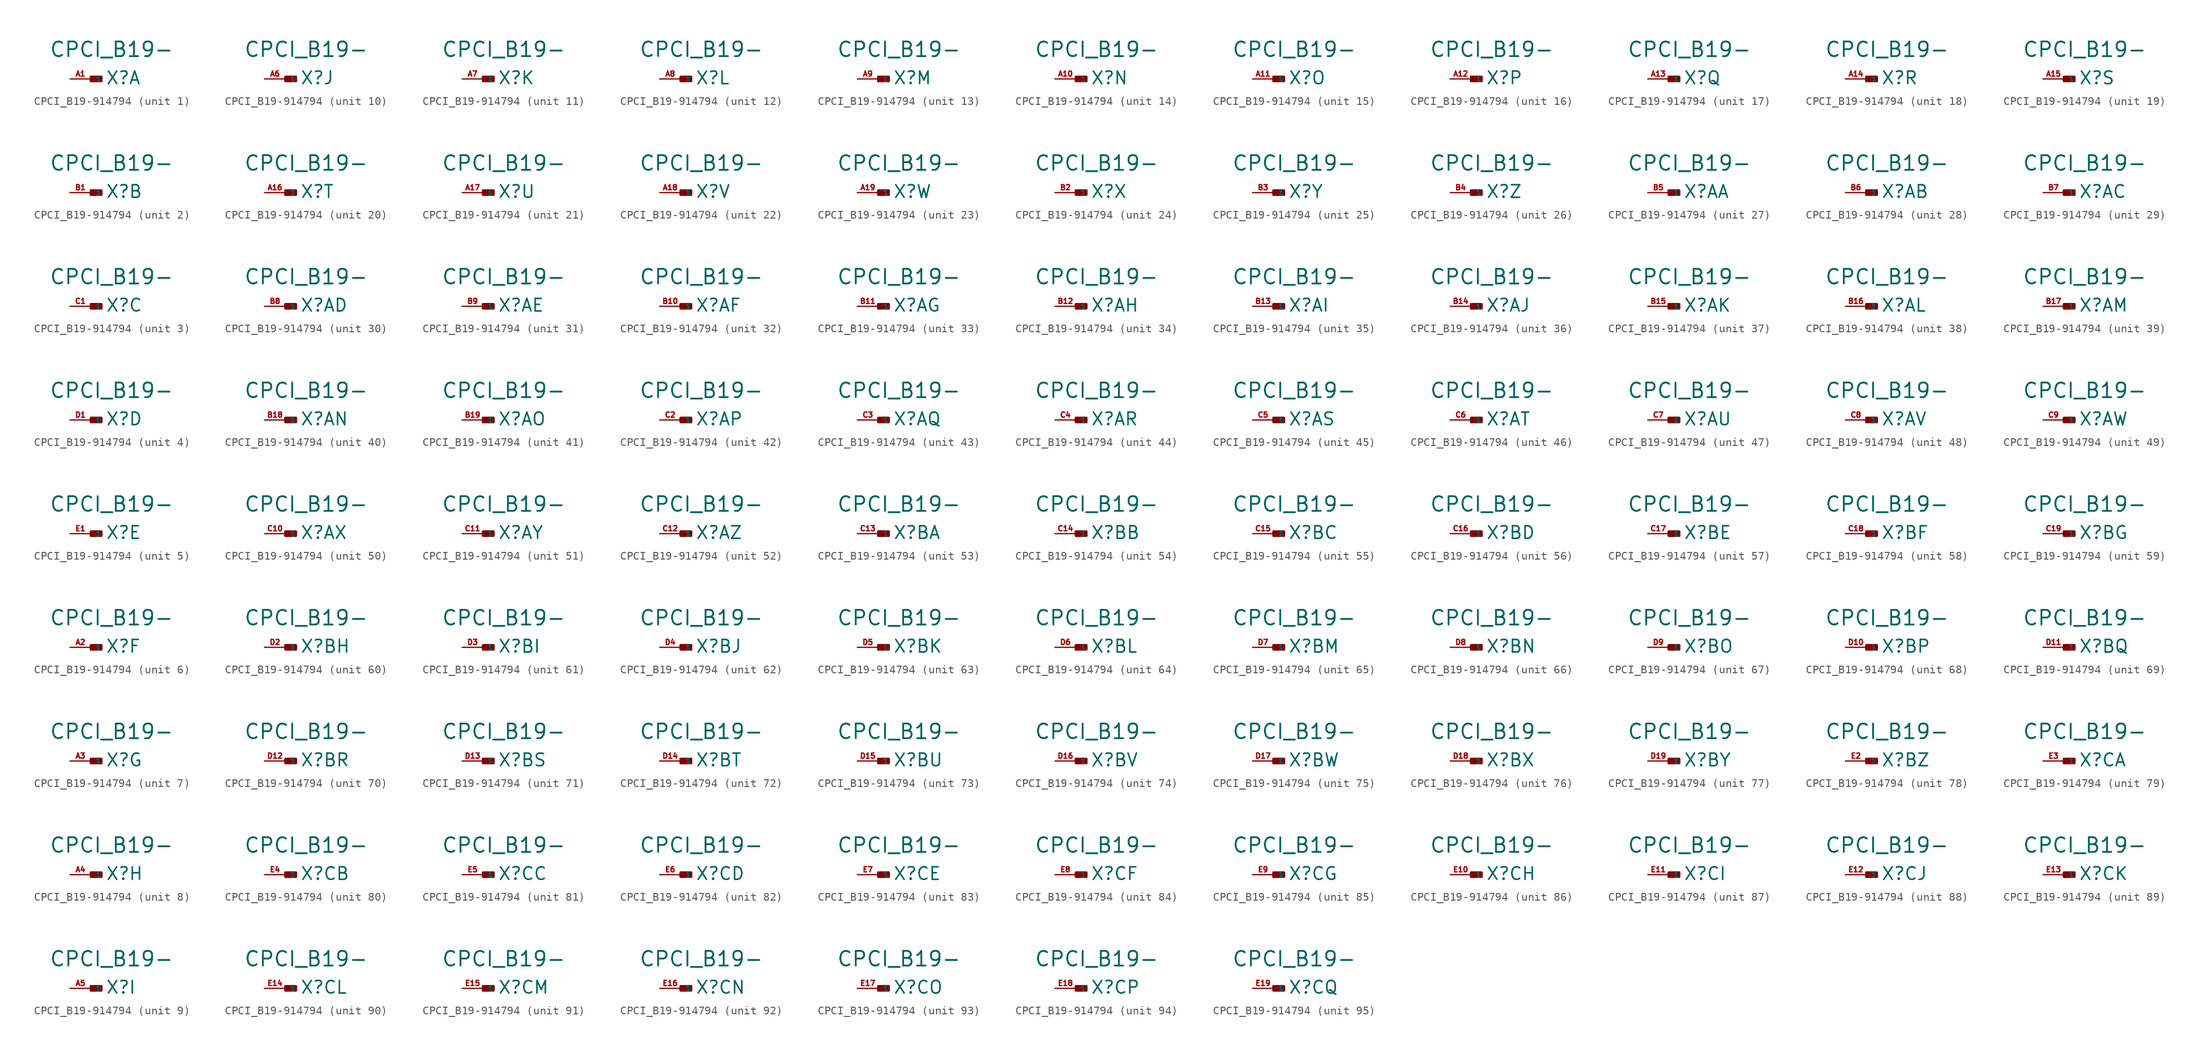
<source format=kicad_sym>
(kicad_symbol_lib
  (version 20220914)
  (generator Eagle2Kicad)
  (symbol "CPCI_B19-914794"
    (property "Reference" "X"
      (at 1.778 -0.762 0)
      (effects (font (size 1.524 1.524) (thickness 0.19)) (justify left bottom)))
    (property "Value" "CPCI_B19-"
      (at -5.08 2.54 0)
      (effects (font (size 1.778 1.778) (thickness 0.22)) (justify left bottom)))
    (symbol "CPCI_B19-914794_1_0"
      (rectangle (start 0 -0.254) (end 1.27 0.254) (stroke (width 0.3) (type default)) (fill (type outline)))
      (pin input line (at -2.54 0 0) (length 2.54) (name "1" (effects (font (size 0.635 0.635) (thickness 0.08)) (justify left bottom))) (number "A1" (effects (font (size 0.635 0.635) (thickness 0.08)) (justify left bottom)))))
    (symbol "CPCI_B19-914794_2_0"
      (rectangle (start 0 -0.254) (end 1.27 0.254) (stroke (width 0.3) (type default)) (fill (type outline)))
      (pin input line (at -2.54 0 0) (length 2.54) (name "1" (effects (font (size 0.635 0.635) (thickness 0.08)) (justify left bottom))) (number "B1" (effects (font (size 0.635 0.635) (thickness 0.08)) (justify left bottom)))))
    (symbol "CPCI_B19-914794_3_0"
      (rectangle (start 0 -0.254) (end 1.27 0.254) (stroke (width 0.3) (type default)) (fill (type outline)))
      (pin input line (at -2.54 0 0) (length 2.54) (name "1" (effects (font (size 0.635 0.635) (thickness 0.08)) (justify left bottom))) (number "C1" (effects (font (size 0.635 0.635) (thickness 0.08)) (justify left bottom)))))
    (symbol "CPCI_B19-914794_4_0"
      (rectangle (start 0 -0.254) (end 1.27 0.254) (stroke (width 0.3) (type default)) (fill (type outline)))
      (pin input line (at -2.54 0 0) (length 2.54) (name "1" (effects (font (size 0.635 0.635) (thickness 0.08)) (justify left bottom))) (number "D1" (effects (font (size 0.635 0.635) (thickness 0.08)) (justify left bottom)))))
    (symbol "CPCI_B19-914794_5_0"
      (rectangle (start 0 -0.254) (end 1.27 0.254) (stroke (width 0.3) (type default)) (fill (type outline)))
      (pin input line (at -2.54 0 0) (length 2.54) (name "1" (effects (font (size 0.635 0.635) (thickness 0.08)) (justify left bottom))) (number "E1" (effects (font (size 0.635 0.635) (thickness 0.08)) (justify left bottom)))))
    (symbol "CPCI_B19-914794_6_0"
      (rectangle (start 0 -0.254) (end 1.27 0.254) (stroke (width 0.3) (type default)) (fill (type outline)))
      (pin input line (at -2.54 0 0) (length 2.54) (name "1" (effects (font (size 0.635 0.635) (thickness 0.08)) (justify left bottom))) (number "A2" (effects (font (size 0.635 0.635) (thickness 0.08)) (justify left bottom)))))
    (symbol "CPCI_B19-914794_7_0"
      (rectangle (start 0 -0.254) (end 1.27 0.254) (stroke (width 0.3) (type default)) (fill (type outline)))
      (pin input line (at -2.54 0 0) (length 2.54) (name "1" (effects (font (size 0.635 0.635) (thickness 0.08)) (justify left bottom))) (number "A3" (effects (font (size 0.635 0.635) (thickness 0.08)) (justify left bottom)))))
    (symbol "CPCI_B19-914794_8_0"
      (rectangle (start 0 -0.254) (end 1.27 0.254) (stroke (width 0.3) (type default)) (fill (type outline)))
      (pin input line (at -2.54 0 0) (length 2.54) (name "1" (effects (font (size 0.635 0.635) (thickness 0.08)) (justify left bottom))) (number "A4" (effects (font (size 0.635 0.635) (thickness 0.08)) (justify left bottom)))))
    (symbol "CPCI_B19-914794_9_0"
      (rectangle (start 0 -0.254) (end 1.27 0.254) (stroke (width 0.3) (type default)) (fill (type outline)))
      (pin input line (at -2.54 0 0) (length 2.54) (name "1" (effects (font (size 0.635 0.635) (thickness 0.08)) (justify left bottom))) (number "A5" (effects (font (size 0.635 0.635) (thickness 0.08)) (justify left bottom)))))
    (symbol "CPCI_B19-914794_10_0"
      (rectangle (start 0 -0.254) (end 1.27 0.254) (stroke (width 0.3) (type default)) (fill (type outline)))
      (pin input line (at -2.54 0 0) (length 2.54) (name "1" (effects (font (size 0.635 0.635) (thickness 0.08)) (justify left bottom))) (number "A6" (effects (font (size 0.635 0.635) (thickness 0.08)) (justify left bottom)))))
    (symbol "CPCI_B19-914794_11_0"
      (rectangle (start 0 -0.254) (end 1.27 0.254) (stroke (width 0.3) (type default)) (fill (type outline)))
      (pin input line (at -2.54 0 0) (length 2.54) (name "1" (effects (font (size 0.635 0.635) (thickness 0.08)) (justify left bottom))) (number "A7" (effects (font (size 0.635 0.635) (thickness 0.08)) (justify left bottom)))))
    (symbol "CPCI_B19-914794_12_0"
      (rectangle (start 0 -0.254) (end 1.27 0.254) (stroke (width 0.3) (type default)) (fill (type outline)))
      (pin input line (at -2.54 0 0) (length 2.54) (name "1" (effects (font (size 0.635 0.635) (thickness 0.08)) (justify left bottom))) (number "A8" (effects (font (size 0.635 0.635) (thickness 0.08)) (justify left bottom)))))
    (symbol "CPCI_B19-914794_13_0"
      (rectangle (start 0 -0.254) (end 1.27 0.254) (stroke (width 0.3) (type default)) (fill (type outline)))
      (pin input line (at -2.54 0 0) (length 2.54) (name "1" (effects (font (size 0.635 0.635) (thickness 0.08)) (justify left bottom))) (number "A9" (effects (font (size 0.635 0.635) (thickness 0.08)) (justify left bottom)))))
    (symbol "CPCI_B19-914794_14_0"
      (rectangle (start 0 -0.254) (end 1.27 0.254) (stroke (width 0.3) (type default)) (fill (type outline)))
      (pin input line (at -2.54 0 0) (length 2.54) (name "1" (effects (font (size 0.635 0.635) (thickness 0.08)) (justify left bottom))) (number "A10" (effects (font (size 0.635 0.635) (thickness 0.08)) (justify left bottom)))))
    (symbol "CPCI_B19-914794_15_0"
      (rectangle (start 0 -0.254) (end 1.27 0.254) (stroke (width 0.3) (type default)) (fill (type outline)))
      (pin input line (at -2.54 0 0) (length 2.54) (name "1" (effects (font (size 0.635 0.635) (thickness 0.08)) (justify left bottom))) (number "A11" (effects (font (size 0.635 0.635) (thickness 0.08)) (justify left bottom)))))
    (symbol "CPCI_B19-914794_16_0"
      (rectangle (start 0 -0.254) (end 1.27 0.254) (stroke (width 0.3) (type default)) (fill (type outline)))
      (pin input line (at -2.54 0 0) (length 2.54) (name "1" (effects (font (size 0.635 0.635) (thickness 0.08)) (justify left bottom))) (number "A12" (effects (font (size 0.635 0.635) (thickness 0.08)) (justify left bottom)))))
    (symbol "CPCI_B19-914794_17_0"
      (rectangle (start 0 -0.254) (end 1.27 0.254) (stroke (width 0.3) (type default)) (fill (type outline)))
      (pin input line (at -2.54 0 0) (length 2.54) (name "1" (effects (font (size 0.635 0.635) (thickness 0.08)) (justify left bottom))) (number "A13" (effects (font (size 0.635 0.635) (thickness 0.08)) (justify left bottom)))))
    (symbol "CPCI_B19-914794_18_0"
      (rectangle (start 0 -0.254) (end 1.27 0.254) (stroke (width 0.3) (type default)) (fill (type outline)))
      (pin input line (at -2.54 0 0) (length 2.54) (name "1" (effects (font (size 0.635 0.635) (thickness 0.08)) (justify left bottom))) (number "A14" (effects (font (size 0.635 0.635) (thickness 0.08)) (justify left bottom)))))
    (symbol "CPCI_B19-914794_19_0"
      (rectangle (start 0 -0.254) (end 1.27 0.254) (stroke (width 0.3) (type default)) (fill (type outline)))
      (pin input line (at -2.54 0 0) (length 2.54) (name "1" (effects (font (size 0.635 0.635) (thickness 0.08)) (justify left bottom))) (number "A15" (effects (font (size 0.635 0.635) (thickness 0.08)) (justify left bottom)))))
    (symbol "CPCI_B19-914794_20_0"
      (rectangle (start 0 -0.254) (end 1.27 0.254) (stroke (width 0.3) (type default)) (fill (type outline)))
      (pin input line (at -2.54 0 0) (length 2.54) (name "1" (effects (font (size 0.635 0.635) (thickness 0.08)) (justify left bottom))) (number "A16" (effects (font (size 0.635 0.635) (thickness 0.08)) (justify left bottom)))))
    (symbol "CPCI_B19-914794_21_0"
      (rectangle (start 0 -0.254) (end 1.27 0.254) (stroke (width 0.3) (type default)) (fill (type outline)))
      (pin input line (at -2.54 0 0) (length 2.54) (name "1" (effects (font (size 0.635 0.635) (thickness 0.08)) (justify left bottom))) (number "A17" (effects (font (size 0.635 0.635) (thickness 0.08)) (justify left bottom)))))
    (symbol "CPCI_B19-914794_22_0"
      (rectangle (start 0 -0.254) (end 1.27 0.254) (stroke (width 0.3) (type default)) (fill (type outline)))
      (pin input line (at -2.54 0 0) (length 2.54) (name "1" (effects (font (size 0.635 0.635) (thickness 0.08)) (justify left bottom))) (number "A18" (effects (font (size 0.635 0.635) (thickness 0.08)) (justify left bottom)))))
    (symbol "CPCI_B19-914794_23_0"
      (rectangle (start 0 -0.254) (end 1.27 0.254) (stroke (width 0.3) (type default)) (fill (type outline)))
      (pin input line (at -2.54 0 0) (length 2.54) (name "1" (effects (font (size 0.635 0.635) (thickness 0.08)) (justify left bottom))) (number "A19" (effects (font (size 0.635 0.635) (thickness 0.08)) (justify left bottom)))))
    (symbol "CPCI_B19-914794_24_0"
      (rectangle (start 0 -0.254) (end 1.27 0.254) (stroke (width 0.3) (type default)) (fill (type outline)))
      (pin input line (at -2.54 0 0) (length 2.54) (name "1" (effects (font (size 0.635 0.635) (thickness 0.08)) (justify left bottom))) (number "B2" (effects (font (size 0.635 0.635) (thickness 0.08)) (justify left bottom)))))
    (symbol "CPCI_B19-914794_25_0"
      (rectangle (start 0 -0.254) (end 1.27 0.254) (stroke (width 0.3) (type default)) (fill (type outline)))
      (pin input line (at -2.54 0 0) (length 2.54) (name "1" (effects (font (size 0.635 0.635) (thickness 0.08)) (justify left bottom))) (number "B3" (effects (font (size 0.635 0.635) (thickness 0.08)) (justify left bottom)))))
    (symbol "CPCI_B19-914794_26_0"
      (rectangle (start 0 -0.254) (end 1.27 0.254) (stroke (width 0.3) (type default)) (fill (type outline)))
      (pin input line (at -2.54 0 0) (length 2.54) (name "1" (effects (font (size 0.635 0.635) (thickness 0.08)) (justify left bottom))) (number "B4" (effects (font (size 0.635 0.635) (thickness 0.08)) (justify left bottom)))))
    (symbol "CPCI_B19-914794_27_0"
      (rectangle (start 0 -0.254) (end 1.27 0.254) (stroke (width 0.3) (type default)) (fill (type outline)))
      (pin input line (at -2.54 0 0) (length 2.54) (name "1" (effects (font (size 0.635 0.635) (thickness 0.08)) (justify left bottom))) (number "B5" (effects (font (size 0.635 0.635) (thickness 0.08)) (justify left bottom)))))
    (symbol "CPCI_B19-914794_28_0"
      (rectangle (start 0 -0.254) (end 1.27 0.254) (stroke (width 0.3) (type default)) (fill (type outline)))
      (pin input line (at -2.54 0 0) (length 2.54) (name "1" (effects (font (size 0.635 0.635) (thickness 0.08)) (justify left bottom))) (number "B6" (effects (font (size 0.635 0.635) (thickness 0.08)) (justify left bottom)))))
    (symbol "CPCI_B19-914794_29_0"
      (rectangle (start 0 -0.254) (end 1.27 0.254) (stroke (width 0.3) (type default)) (fill (type outline)))
      (pin input line (at -2.54 0 0) (length 2.54) (name "1" (effects (font (size 0.635 0.635) (thickness 0.08)) (justify left bottom))) (number "B7" (effects (font (size 0.635 0.635) (thickness 0.08)) (justify left bottom)))))
    (symbol "CPCI_B19-914794_30_0"
      (rectangle (start 0 -0.254) (end 1.27 0.254) (stroke (width 0.3) (type default)) (fill (type outline)))
      (pin input line (at -2.54 0 0) (length 2.54) (name "1" (effects (font (size 0.635 0.635) (thickness 0.08)) (justify left bottom))) (number "B8" (effects (font (size 0.635 0.635) (thickness 0.08)) (justify left bottom)))))
    (symbol "CPCI_B19-914794_31_0"
      (rectangle (start 0 -0.254) (end 1.27 0.254) (stroke (width 0.3) (type default)) (fill (type outline)))
      (pin input line (at -2.54 0 0) (length 2.54) (name "1" (effects (font (size 0.635 0.635) (thickness 0.08)) (justify left bottom))) (number "B9" (effects (font (size 0.635 0.635) (thickness 0.08)) (justify left bottom)))))
    (symbol "CPCI_B19-914794_32_0"
      (rectangle (start 0 -0.254) (end 1.27 0.254) (stroke (width 0.3) (type default)) (fill (type outline)))
      (pin input line (at -2.54 0 0) (length 2.54) (name "1" (effects (font (size 0.635 0.635) (thickness 0.08)) (justify left bottom))) (number "B10" (effects (font (size 0.635 0.635) (thickness 0.08)) (justify left bottom)))))
    (symbol "CPCI_B19-914794_33_0"
      (rectangle (start 0 -0.254) (end 1.27 0.254) (stroke (width 0.3) (type default)) (fill (type outline)))
      (pin input line (at -2.54 0 0) (length 2.54) (name "1" (effects (font (size 0.635 0.635) (thickness 0.08)) (justify left bottom))) (number "B11" (effects (font (size 0.635 0.635) (thickness 0.08)) (justify left bottom)))))
    (symbol "CPCI_B19-914794_34_0"
      (rectangle (start 0 -0.254) (end 1.27 0.254) (stroke (width 0.3) (type default)) (fill (type outline)))
      (pin input line (at -2.54 0 0) (length 2.54) (name "1" (effects (font (size 0.635 0.635) (thickness 0.08)) (justify left bottom))) (number "B12" (effects (font (size 0.635 0.635) (thickness 0.08)) (justify left bottom)))))
    (symbol "CPCI_B19-914794_35_0"
      (rectangle (start 0 -0.254) (end 1.27 0.254) (stroke (width 0.3) (type default)) (fill (type outline)))
      (pin input line (at -2.54 0 0) (length 2.54) (name "1" (effects (font (size 0.635 0.635) (thickness 0.08)) (justify left bottom))) (number "B13" (effects (font (size 0.635 0.635) (thickness 0.08)) (justify left bottom)))))
    (symbol "CPCI_B19-914794_36_0"
      (rectangle (start 0 -0.254) (end 1.27 0.254) (stroke (width 0.3) (type default)) (fill (type outline)))
      (pin input line (at -2.54 0 0) (length 2.54) (name "1" (effects (font (size 0.635 0.635) (thickness 0.08)) (justify left bottom))) (number "B14" (effects (font (size 0.635 0.635) (thickness 0.08)) (justify left bottom)))))
    (symbol "CPCI_B19-914794_37_0"
      (rectangle (start 0 -0.254) (end 1.27 0.254) (stroke (width 0.3) (type default)) (fill (type outline)))
      (pin input line (at -2.54 0 0) (length 2.54) (name "1" (effects (font (size 0.635 0.635) (thickness 0.08)) (justify left bottom))) (number "B15" (effects (font (size 0.635 0.635) (thickness 0.08)) (justify left bottom)))))
    (symbol "CPCI_B19-914794_38_0"
      (rectangle (start 0 -0.254) (end 1.27 0.254) (stroke (width 0.3) (type default)) (fill (type outline)))
      (pin input line (at -2.54 0 0) (length 2.54) (name "1" (effects (font (size 0.635 0.635) (thickness 0.08)) (justify left bottom))) (number "B16" (effects (font (size 0.635 0.635) (thickness 0.08)) (justify left bottom)))))
    (symbol "CPCI_B19-914794_39_0"
      (rectangle (start 0 -0.254) (end 1.27 0.254) (stroke (width 0.3) (type default)) (fill (type outline)))
      (pin input line (at -2.54 0 0) (length 2.54) (name "1" (effects (font (size 0.635 0.635) (thickness 0.08)) (justify left bottom))) (number "B17" (effects (font (size 0.635 0.635) (thickness 0.08)) (justify left bottom)))))
    (symbol "CPCI_B19-914794_40_0"
      (rectangle (start 0 -0.254) (end 1.27 0.254) (stroke (width 0.3) (type default)) (fill (type outline)))
      (pin input line (at -2.54 0 0) (length 2.54) (name "1" (effects (font (size 0.635 0.635) (thickness 0.08)) (justify left bottom))) (number "B18" (effects (font (size 0.635 0.635) (thickness 0.08)) (justify left bottom)))))
    (symbol "CPCI_B19-914794_41_0"
      (rectangle (start 0 -0.254) (end 1.27 0.254) (stroke (width 0.3) (type default)) (fill (type outline)))
      (pin input line (at -2.54 0 0) (length 2.54) (name "1" (effects (font (size 0.635 0.635) (thickness 0.08)) (justify left bottom))) (number "B19" (effects (font (size 0.635 0.635) (thickness 0.08)) (justify left bottom)))))
    (symbol "CPCI_B19-914794_42_0"
      (rectangle (start 0 -0.254) (end 1.27 0.254) (stroke (width 0.3) (type default)) (fill (type outline)))
      (pin input line (at -2.54 0 0) (length 2.54) (name "1" (effects (font (size 0.635 0.635) (thickness 0.08)) (justify left bottom))) (number "C2" (effects (font (size 0.635 0.635) (thickness 0.08)) (justify left bottom)))))
    (symbol "CPCI_B19-914794_43_0"
      (rectangle (start 0 -0.254) (end 1.27 0.254) (stroke (width 0.3) (type default)) (fill (type outline)))
      (pin input line (at -2.54 0 0) (length 2.54) (name "1" (effects (font (size 0.635 0.635) (thickness 0.08)) (justify left bottom))) (number "C3" (effects (font (size 0.635 0.635) (thickness 0.08)) (justify left bottom)))))
    (symbol "CPCI_B19-914794_44_0"
      (rectangle (start 0 -0.254) (end 1.27 0.254) (stroke (width 0.3) (type default)) (fill (type outline)))
      (pin input line (at -2.54 0 0) (length 2.54) (name "1" (effects (font (size 0.635 0.635) (thickness 0.08)) (justify left bottom))) (number "C4" (effects (font (size 0.635 0.635) (thickness 0.08)) (justify left bottom)))))
    (symbol "CPCI_B19-914794_45_0"
      (rectangle (start 0 -0.254) (end 1.27 0.254) (stroke (width 0.3) (type default)) (fill (type outline)))
      (pin input line (at -2.54 0 0) (length 2.54) (name "1" (effects (font (size 0.635 0.635) (thickness 0.08)) (justify left bottom))) (number "C5" (effects (font (size 0.635 0.635) (thickness 0.08)) (justify left bottom)))))
    (symbol "CPCI_B19-914794_46_0"
      (rectangle (start 0 -0.254) (end 1.27 0.254) (stroke (width 0.3) (type default)) (fill (type outline)))
      (pin input line (at -2.54 0 0) (length 2.54) (name "1" (effects (font (size 0.635 0.635) (thickness 0.08)) (justify left bottom))) (number "C6" (effects (font (size 0.635 0.635) (thickness 0.08)) (justify left bottom)))))
    (symbol "CPCI_B19-914794_47_0"
      (rectangle (start 0 -0.254) (end 1.27 0.254) (stroke (width 0.3) (type default)) (fill (type outline)))
      (pin input line (at -2.54 0 0) (length 2.54) (name "1" (effects (font (size 0.635 0.635) (thickness 0.08)) (justify left bottom))) (number "C7" (effects (font (size 0.635 0.635) (thickness 0.08)) (justify left bottom)))))
    (symbol "CPCI_B19-914794_48_0"
      (rectangle (start 0 -0.254) (end 1.27 0.254) (stroke (width 0.3) (type default)) (fill (type outline)))
      (pin input line (at -2.54 0 0) (length 2.54) (name "1" (effects (font (size 0.635 0.635) (thickness 0.08)) (justify left bottom))) (number "C8" (effects (font (size 0.635 0.635) (thickness 0.08)) (justify left bottom)))))
    (symbol "CPCI_B19-914794_49_0"
      (rectangle (start 0 -0.254) (end 1.27 0.254) (stroke (width 0.3) (type default)) (fill (type outline)))
      (pin input line (at -2.54 0 0) (length 2.54) (name "1" (effects (font (size 0.635 0.635) (thickness 0.08)) (justify left bottom))) (number "C9" (effects (font (size 0.635 0.635) (thickness 0.08)) (justify left bottom)))))
    (symbol "CPCI_B19-914794_50_0"
      (rectangle (start 0 -0.254) (end 1.27 0.254) (stroke (width 0.3) (type default)) (fill (type outline)))
      (pin input line (at -2.54 0 0) (length 2.54) (name "1" (effects (font (size 0.635 0.635) (thickness 0.08)) (justify left bottom))) (number "C10" (effects (font (size 0.635 0.635) (thickness 0.08)) (justify left bottom)))))
    (symbol "CPCI_B19-914794_51_0"
      (rectangle (start 0 -0.254) (end 1.27 0.254) (stroke (width 0.3) (type default)) (fill (type outline)))
      (pin input line (at -2.54 0 0) (length 2.54) (name "1" (effects (font (size 0.635 0.635) (thickness 0.08)) (justify left bottom))) (number "C11" (effects (font (size 0.635 0.635) (thickness 0.08)) (justify left bottom)))))
    (symbol "CPCI_B19-914794_52_0"
      (rectangle (start 0 -0.254) (end 1.27 0.254) (stroke (width 0.3) (type default)) (fill (type outline)))
      (pin input line (at -2.54 0 0) (length 2.54) (name "1" (effects (font (size 0.635 0.635) (thickness 0.08)) (justify left bottom))) (number "C12" (effects (font (size 0.635 0.635) (thickness 0.08)) (justify left bottom)))))
    (symbol "CPCI_B19-914794_53_0"
      (rectangle (start 0 -0.254) (end 1.27 0.254) (stroke (width 0.3) (type default)) (fill (type outline)))
      (pin input line (at -2.54 0 0) (length 2.54) (name "1" (effects (font (size 0.635 0.635) (thickness 0.08)) (justify left bottom))) (number "C13" (effects (font (size 0.635 0.635) (thickness 0.08)) (justify left bottom)))))
    (symbol "CPCI_B19-914794_54_0"
      (rectangle (start 0 -0.254) (end 1.27 0.254) (stroke (width 0.3) (type default)) (fill (type outline)))
      (pin input line (at -2.54 0 0) (length 2.54) (name "1" (effects (font (size 0.635 0.635) (thickness 0.08)) (justify left bottom))) (number "C14" (effects (font (size 0.635 0.635) (thickness 0.08)) (justify left bottom)))))
    (symbol "CPCI_B19-914794_55_0"
      (rectangle (start 0 -0.254) (end 1.27 0.254) (stroke (width 0.3) (type default)) (fill (type outline)))
      (pin input line (at -2.54 0 0) (length 2.54) (name "1" (effects (font (size 0.635 0.635) (thickness 0.08)) (justify left bottom))) (number "C15" (effects (font (size 0.635 0.635) (thickness 0.08)) (justify left bottom)))))
    (symbol "CPCI_B19-914794_56_0"
      (rectangle (start 0 -0.254) (end 1.27 0.254) (stroke (width 0.3) (type default)) (fill (type outline)))
      (pin input line (at -2.54 0 0) (length 2.54) (name "1" (effects (font (size 0.635 0.635) (thickness 0.08)) (justify left bottom))) (number "C16" (effects (font (size 0.635 0.635) (thickness 0.08)) (justify left bottom)))))
    (symbol "CPCI_B19-914794_57_0"
      (rectangle (start 0 -0.254) (end 1.27 0.254) (stroke (width 0.3) (type default)) (fill (type outline)))
      (pin input line (at -2.54 0 0) (length 2.54) (name "1" (effects (font (size 0.635 0.635) (thickness 0.08)) (justify left bottom))) (number "C17" (effects (font (size 0.635 0.635) (thickness 0.08)) (justify left bottom)))))
    (symbol "CPCI_B19-914794_58_0"
      (rectangle (start 0 -0.254) (end 1.27 0.254) (stroke (width 0.3) (type default)) (fill (type outline)))
      (pin input line (at -2.54 0 0) (length 2.54) (name "1" (effects (font (size 0.635 0.635) (thickness 0.08)) (justify left bottom))) (number "C18" (effects (font (size 0.635 0.635) (thickness 0.08)) (justify left bottom)))))
    (symbol "CPCI_B19-914794_59_0"
      (rectangle (start 0 -0.254) (end 1.27 0.254) (stroke (width 0.3) (type default)) (fill (type outline)))
      (pin input line (at -2.54 0 0) (length 2.54) (name "1" (effects (font (size 0.635 0.635) (thickness 0.08)) (justify left bottom))) (number "C19" (effects (font (size 0.635 0.635) (thickness 0.08)) (justify left bottom)))))
    (symbol "CPCI_B19-914794_60_0"
      (rectangle (start 0 -0.254) (end 1.27 0.254) (stroke (width 0.3) (type default)) (fill (type outline)))
      (pin input line (at -2.54 0 0) (length 2.54) (name "1" (effects (font (size 0.635 0.635) (thickness 0.08)) (justify left bottom))) (number "D2" (effects (font (size 0.635 0.635) (thickness 0.08)) (justify left bottom)))))
    (symbol "CPCI_B19-914794_61_0"
      (rectangle (start 0 -0.254) (end 1.27 0.254) (stroke (width 0.3) (type default)) (fill (type outline)))
      (pin input line (at -2.54 0 0) (length 2.54) (name "1" (effects (font (size 0.635 0.635) (thickness 0.08)) (justify left bottom))) (number "D3" (effects (font (size 0.635 0.635) (thickness 0.08)) (justify left bottom)))))
    (symbol "CPCI_B19-914794_62_0"
      (rectangle (start 0 -0.254) (end 1.27 0.254) (stroke (width 0.3) (type default)) (fill (type outline)))
      (pin input line (at -2.54 0 0) (length 2.54) (name "1" (effects (font (size 0.635 0.635) (thickness 0.08)) (justify left bottom))) (number "D4" (effects (font (size 0.635 0.635) (thickness 0.08)) (justify left bottom)))))
    (symbol "CPCI_B19-914794_63_0"
      (rectangle (start 0 -0.254) (end 1.27 0.254) (stroke (width 0.3) (type default)) (fill (type outline)))
      (pin input line (at -2.54 0 0) (length 2.54) (name "1" (effects (font (size 0.635 0.635) (thickness 0.08)) (justify left bottom))) (number "D5" (effects (font (size 0.635 0.635) (thickness 0.08)) (justify left bottom)))))
    (symbol "CPCI_B19-914794_64_0"
      (rectangle (start 0 -0.254) (end 1.27 0.254) (stroke (width 0.3) (type default)) (fill (type outline)))
      (pin input line (at -2.54 0 0) (length 2.54) (name "1" (effects (font (size 0.635 0.635) (thickness 0.08)) (justify left bottom))) (number "D6" (effects (font (size 0.635 0.635) (thickness 0.08)) (justify left bottom)))))
    (symbol "CPCI_B19-914794_65_0"
      (rectangle (start 0 -0.254) (end 1.27 0.254) (stroke (width 0.3) (type default)) (fill (type outline)))
      (pin input line (at -2.54 0 0) (length 2.54) (name "1" (effects (font (size 0.635 0.635) (thickness 0.08)) (justify left bottom))) (number "D7" (effects (font (size 0.635 0.635) (thickness 0.08)) (justify left bottom)))))
    (symbol "CPCI_B19-914794_66_0"
      (rectangle (start 0 -0.254) (end 1.27 0.254) (stroke (width 0.3) (type default)) (fill (type outline)))
      (pin input line (at -2.54 0 0) (length 2.54) (name "1" (effects (font (size 0.635 0.635) (thickness 0.08)) (justify left bottom))) (number "D8" (effects (font (size 0.635 0.635) (thickness 0.08)) (justify left bottom)))))
    (symbol "CPCI_B19-914794_67_0"
      (rectangle (start 0 -0.254) (end 1.27 0.254) (stroke (width 0.3) (type default)) (fill (type outline)))
      (pin input line (at -2.54 0 0) (length 2.54) (name "1" (effects (font (size 0.635 0.635) (thickness 0.08)) (justify left bottom))) (number "D9" (effects (font (size 0.635 0.635) (thickness 0.08)) (justify left bottom)))))
    (symbol "CPCI_B19-914794_68_0"
      (rectangle (start 0 -0.254) (end 1.27 0.254) (stroke (width 0.3) (type default)) (fill (type outline)))
      (pin input line (at -2.54 0 0) (length 2.54) (name "1" (effects (font (size 0.635 0.635) (thickness 0.08)) (justify left bottom))) (number "D10" (effects (font (size 0.635 0.635) (thickness 0.08)) (justify left bottom)))))
    (symbol "CPCI_B19-914794_69_0"
      (rectangle (start 0 -0.254) (end 1.27 0.254) (stroke (width 0.3) (type default)) (fill (type outline)))
      (pin input line (at -2.54 0 0) (length 2.54) (name "1" (effects (font (size 0.635 0.635) (thickness 0.08)) (justify left bottom))) (number "D11" (effects (font (size 0.635 0.635) (thickness 0.08)) (justify left bottom)))))
    (symbol "CPCI_B19-914794_70_0"
      (rectangle (start 0 -0.254) (end 1.27 0.254) (stroke (width 0.3) (type default)) (fill (type outline)))
      (pin input line (at -2.54 0 0) (length 2.54) (name "1" (effects (font (size 0.635 0.635) (thickness 0.08)) (justify left bottom))) (number "D12" (effects (font (size 0.635 0.635) (thickness 0.08)) (justify left bottom)))))
    (symbol "CPCI_B19-914794_71_0"
      (rectangle (start 0 -0.254) (end 1.27 0.254) (stroke (width 0.3) (type default)) (fill (type outline)))
      (pin input line (at -2.54 0 0) (length 2.54) (name "1" (effects (font (size 0.635 0.635) (thickness 0.08)) (justify left bottom))) (number "D13" (effects (font (size 0.635 0.635) (thickness 0.08)) (justify left bottom)))))
    (symbol "CPCI_B19-914794_72_0"
      (rectangle (start 0 -0.254) (end 1.27 0.254) (stroke (width 0.3) (type default)) (fill (type outline)))
      (pin input line (at -2.54 0 0) (length 2.54) (name "1" (effects (font (size 0.635 0.635) (thickness 0.08)) (justify left bottom))) (number "D14" (effects (font (size 0.635 0.635) (thickness 0.08)) (justify left bottom)))))
    (symbol "CPCI_B19-914794_73_0"
      (rectangle (start 0 -0.254) (end 1.27 0.254) (stroke (width 0.3) (type default)) (fill (type outline)))
      (pin input line (at -2.54 0 0) (length 2.54) (name "1" (effects (font (size 0.635 0.635) (thickness 0.08)) (justify left bottom))) (number "D15" (effects (font (size 0.635 0.635) (thickness 0.08)) (justify left bottom)))))
    (symbol "CPCI_B19-914794_74_0"
      (rectangle (start 0 -0.254) (end 1.27 0.254) (stroke (width 0.3) (type default)) (fill (type outline)))
      (pin input line (at -2.54 0 0) (length 2.54) (name "1" (effects (font (size 0.635 0.635) (thickness 0.08)) (justify left bottom))) (number "D16" (effects (font (size 0.635 0.635) (thickness 0.08)) (justify left bottom)))))
    (symbol "CPCI_B19-914794_75_0"
      (rectangle (start 0 -0.254) (end 1.27 0.254) (stroke (width 0.3) (type default)) (fill (type outline)))
      (pin input line (at -2.54 0 0) (length 2.54) (name "1" (effects (font (size 0.635 0.635) (thickness 0.08)) (justify left bottom))) (number "D17" (effects (font (size 0.635 0.635) (thickness 0.08)) (justify left bottom)))))
    (symbol "CPCI_B19-914794_76_0"
      (rectangle (start 0 -0.254) (end 1.27 0.254) (stroke (width 0.3) (type default)) (fill (type outline)))
      (pin input line (at -2.54 0 0) (length 2.54) (name "1" (effects (font (size 0.635 0.635) (thickness 0.08)) (justify left bottom))) (number "D18" (effects (font (size 0.635 0.635) (thickness 0.08)) (justify left bottom)))))
    (symbol "CPCI_B19-914794_77_0"
      (rectangle (start 0 -0.254) (end 1.27 0.254) (stroke (width 0.3) (type default)) (fill (type outline)))
      (pin input line (at -2.54 0 0) (length 2.54) (name "1" (effects (font (size 0.635 0.635) (thickness 0.08)) (justify left bottom))) (number "D19" (effects (font (size 0.635 0.635) (thickness 0.08)) (justify left bottom)))))
    (symbol "CPCI_B19-914794_78_0"
      (rectangle (start 0 -0.254) (end 1.27 0.254) (stroke (width 0.3) (type default)) (fill (type outline)))
      (pin input line (at -2.54 0 0) (length 2.54) (name "1" (effects (font (size 0.635 0.635) (thickness 0.08)) (justify left bottom))) (number "E2" (effects (font (size 0.635 0.635) (thickness 0.08)) (justify left bottom)))))
    (symbol "CPCI_B19-914794_79_0"
      (rectangle (start 0 -0.254) (end 1.27 0.254) (stroke (width 0.3) (type default)) (fill (type outline)))
      (pin input line (at -2.54 0 0) (length 2.54) (name "1" (effects (font (size 0.635 0.635) (thickness 0.08)) (justify left bottom))) (number "E3" (effects (font (size 0.635 0.635) (thickness 0.08)) (justify left bottom)))))
    (symbol "CPCI_B19-914794_80_0"
      (rectangle (start 0 -0.254) (end 1.27 0.254) (stroke (width 0.3) (type default)) (fill (type outline)))
      (pin input line (at -2.54 0 0) (length 2.54) (name "1" (effects (font (size 0.635 0.635) (thickness 0.08)) (justify left bottom))) (number "E4" (effects (font (size 0.635 0.635) (thickness 0.08)) (justify left bottom)))))
    (symbol "CPCI_B19-914794_81_0"
      (rectangle (start 0 -0.254) (end 1.27 0.254) (stroke (width 0.3) (type default)) (fill (type outline)))
      (pin input line (at -2.54 0 0) (length 2.54) (name "1" (effects (font (size 0.635 0.635) (thickness 0.08)) (justify left bottom))) (number "E5" (effects (font (size 0.635 0.635) (thickness 0.08)) (justify left bottom)))))
    (symbol "CPCI_B19-914794_82_0"
      (rectangle (start 0 -0.254) (end 1.27 0.254) (stroke (width 0.3) (type default)) (fill (type outline)))
      (pin input line (at -2.54 0 0) (length 2.54) (name "1" (effects (font (size 0.635 0.635) (thickness 0.08)) (justify left bottom))) (number "E6" (effects (font (size 0.635 0.635) (thickness 0.08)) (justify left bottom)))))
    (symbol "CPCI_B19-914794_83_0"
      (rectangle (start 0 -0.254) (end 1.27 0.254) (stroke (width 0.3) (type default)) (fill (type outline)))
      (pin input line (at -2.54 0 0) (length 2.54) (name "1" (effects (font (size 0.635 0.635) (thickness 0.08)) (justify left bottom))) (number "E7" (effects (font (size 0.635 0.635) (thickness 0.08)) (justify left bottom)))))
    (symbol "CPCI_B19-914794_84_0"
      (rectangle (start 0 -0.254) (end 1.27 0.254) (stroke (width 0.3) (type default)) (fill (type outline)))
      (pin input line (at -2.54 0 0) (length 2.54) (name "1" (effects (font (size 0.635 0.635) (thickness 0.08)) (justify left bottom))) (number "E8" (effects (font (size 0.635 0.635) (thickness 0.08)) (justify left bottom)))))
    (symbol "CPCI_B19-914794_85_0"
      (rectangle (start 0 -0.254) (end 1.27 0.254) (stroke (width 0.3) (type default)) (fill (type outline)))
      (pin input line (at -2.54 0 0) (length 2.54) (name "1" (effects (font (size 0.635 0.635) (thickness 0.08)) (justify left bottom))) (number "E9" (effects (font (size 0.635 0.635) (thickness 0.08)) (justify left bottom)))))
    (symbol "CPCI_B19-914794_86_0"
      (rectangle (start 0 -0.254) (end 1.27 0.254) (stroke (width 0.3) (type default)) (fill (type outline)))
      (pin input line (at -2.54 0 0) (length 2.54) (name "1" (effects (font (size 0.635 0.635) (thickness 0.08)) (justify left bottom))) (number "E10" (effects (font (size 0.635 0.635) (thickness 0.08)) (justify left bottom)))))
    (symbol "CPCI_B19-914794_87_0"
      (rectangle (start 0 -0.254) (end 1.27 0.254) (stroke (width 0.3) (type default)) (fill (type outline)))
      (pin input line (at -2.54 0 0) (length 2.54) (name "1" (effects (font (size 0.635 0.635) (thickness 0.08)) (justify left bottom))) (number "E11" (effects (font (size 0.635 0.635) (thickness 0.08)) (justify left bottom)))))
    (symbol "CPCI_B19-914794_88_0"
      (rectangle (start 0 -0.254) (end 1.27 0.254) (stroke (width 0.3) (type default)) (fill (type outline)))
      (pin input line (at -2.54 0 0) (length 2.54) (name "1" (effects (font (size 0.635 0.635) (thickness 0.08)) (justify left bottom))) (number "E12" (effects (font (size 0.635 0.635) (thickness 0.08)) (justify left bottom)))))
    (symbol "CPCI_B19-914794_89_0"
      (rectangle (start 0 -0.254) (end 1.27 0.254) (stroke (width 0.3) (type default)) (fill (type outline)))
      (pin input line (at -2.54 0 0) (length 2.54) (name "1" (effects (font (size 0.635 0.635) (thickness 0.08)) (justify left bottom))) (number "E13" (effects (font (size 0.635 0.635) (thickness 0.08)) (justify left bottom)))))
    (symbol "CPCI_B19-914794_90_0"
      (rectangle (start 0 -0.254) (end 1.27 0.254) (stroke (width 0.3) (type default)) (fill (type outline)))
      (pin input line (at -2.54 0 0) (length 2.54) (name "1" (effects (font (size 0.635 0.635) (thickness 0.08)) (justify left bottom))) (number "E14" (effects (font (size 0.635 0.635) (thickness 0.08)) (justify left bottom)))))
    (symbol "CPCI_B19-914794_91_0"
      (rectangle (start 0 -0.254) (end 1.27 0.254) (stroke (width 0.3) (type default)) (fill (type outline)))
      (pin input line (at -2.54 0 0) (length 2.54) (name "1" (effects (font (size 0.635 0.635) (thickness 0.08)) (justify left bottom))) (number "E15" (effects (font (size 0.635 0.635) (thickness 0.08)) (justify left bottom)))))
    (symbol "CPCI_B19-914794_92_0"
      (rectangle (start 0 -0.254) (end 1.27 0.254) (stroke (width 0.3) (type default)) (fill (type outline)))
      (pin input line (at -2.54 0 0) (length 2.54) (name "1" (effects (font (size 0.635 0.635) (thickness 0.08)) (justify left bottom))) (number "E16" (effects (font (size 0.635 0.635) (thickness 0.08)) (justify left bottom)))))
    (symbol "CPCI_B19-914794_93_0"
      (rectangle (start 0 -0.254) (end 1.27 0.254) (stroke (width 0.3) (type default)) (fill (type outline)))
      (pin input line (at -2.54 0 0) (length 2.54) (name "1" (effects (font (size 0.635 0.635) (thickness 0.08)) (justify left bottom))) (number "E17" (effects (font (size 0.635 0.635) (thickness 0.08)) (justify left bottom)))))
    (symbol "CPCI_B19-914794_94_0"
      (rectangle (start 0 -0.254) (end 1.27 0.254) (stroke (width 0.3) (type default)) (fill (type outline)))
      (pin input line (at -2.54 0 0) (length 2.54) (name "1" (effects (font (size 0.635 0.635) (thickness 0.08)) (justify left bottom))) (number "E18" (effects (font (size 0.635 0.635) (thickness 0.08)) (justify left bottom)))))
    (symbol "CPCI_B19-914794_95_0"
      (rectangle (start 0 -0.254) (end 1.27 0.254) (stroke (width 0.3) (type default)) (fill (type outline)))
      (pin input line (at -2.54 0 0) (length 2.54) (name "1" (effects (font (size 0.635 0.635) (thickness 0.08)) (justify left bottom))) (number "E19" (effects (font (size 0.635 0.635) (thickness 0.08)) (justify left bottom)))))))
</source>
